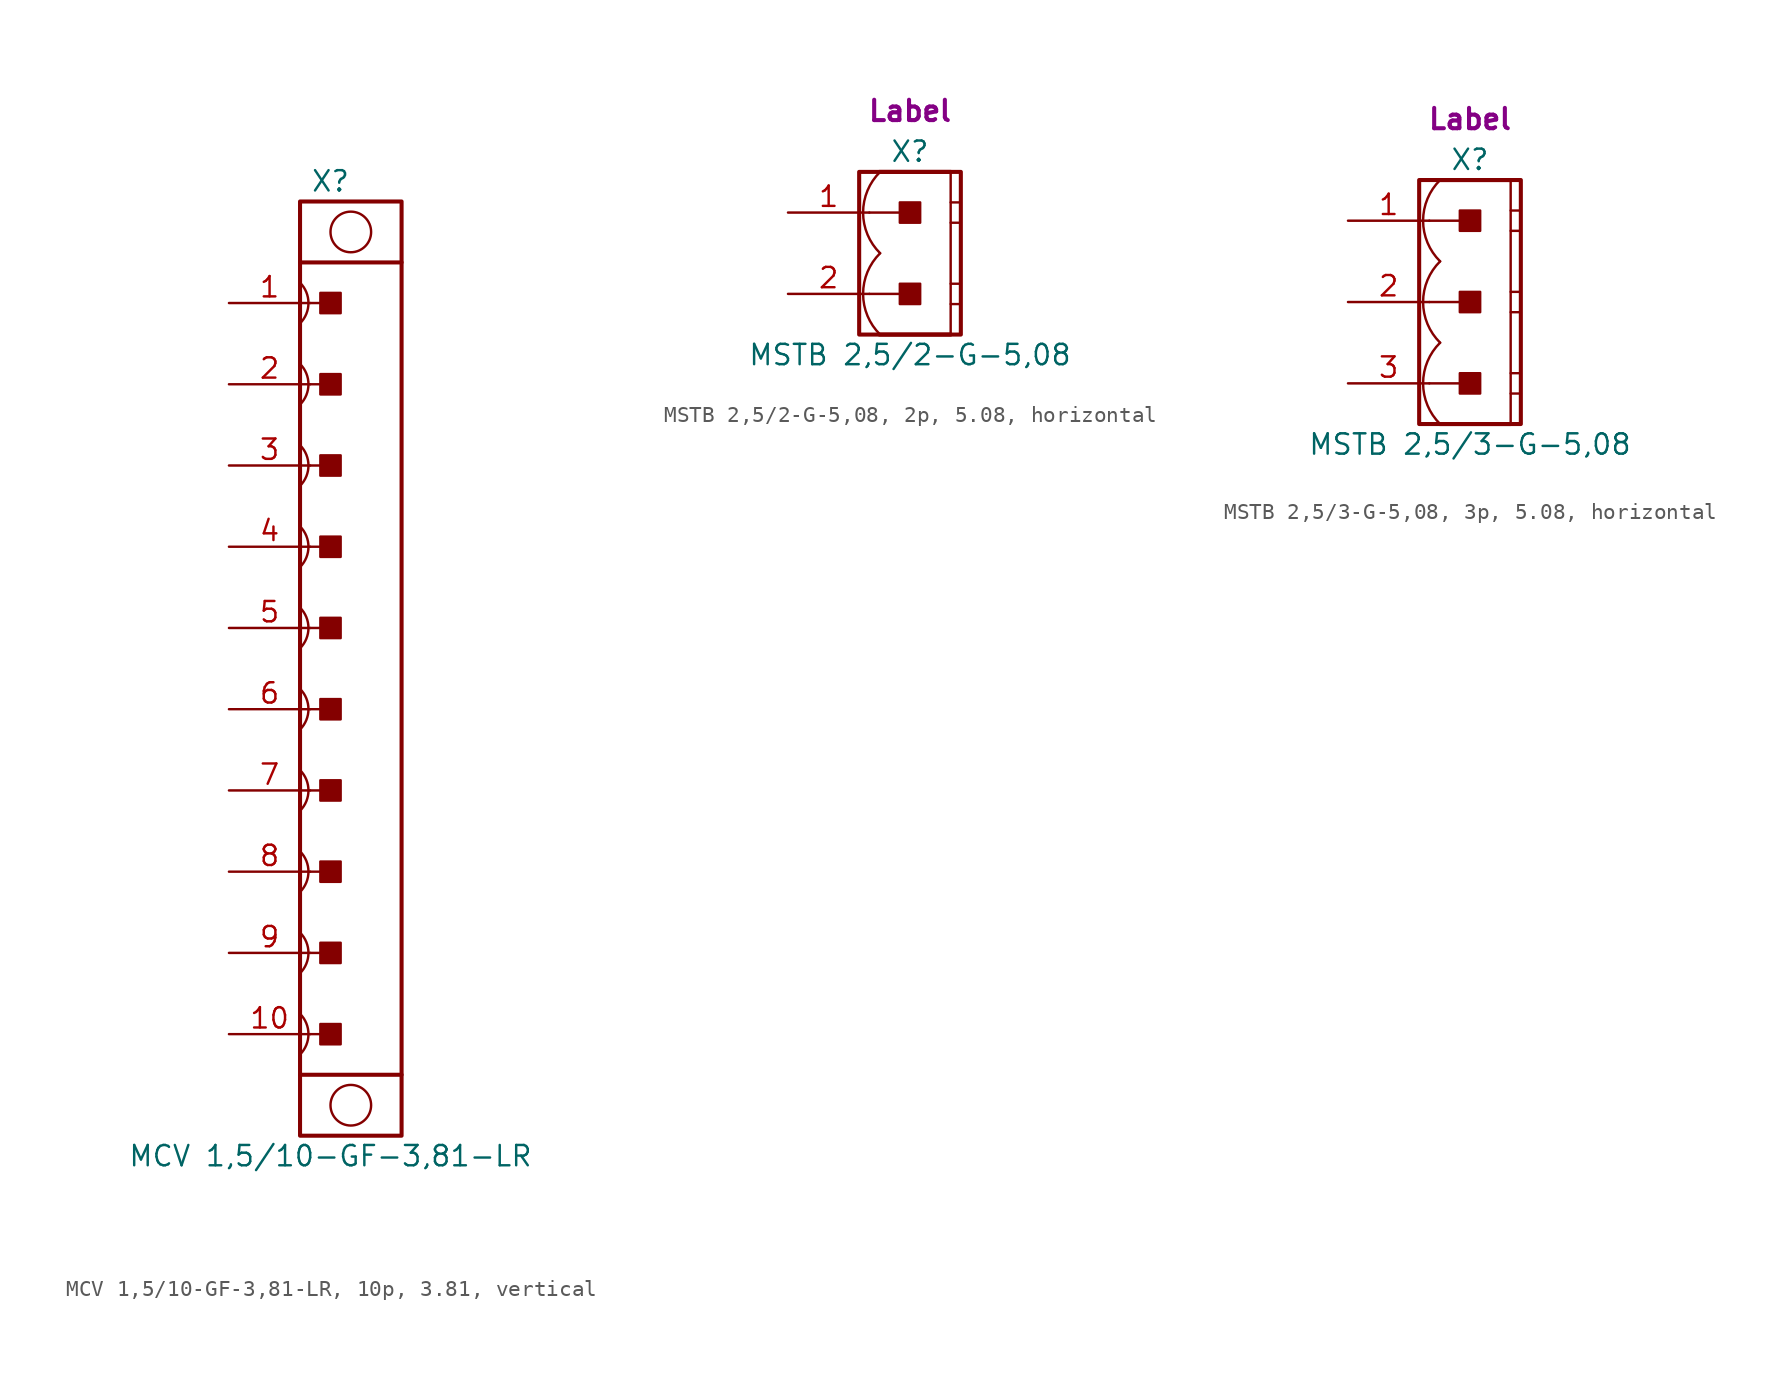
<source format=kicad_sym>
(kicad_symbol_lib
  (version 20241209)
  (generator "kicad_symbol_editor")
  (generator_version "9.0")
  (symbol "MCV 1,5/10-GF-3,81-LR, 10p, 3.81, vertical"
    (pin_names
      (offset 1.016)
      (hide yes))
    (property "Reference" "X"
      (at 1.27 30.48 0)
      (effects (font (size 1.27 1.27))))
    (property "Value" "MCV 1,5/10-GF-3,81-LR"
      (at 1.27 -30.48 0)
      (effects (font (size 1.27 1.27))))
    (property "Label" ""
      (at 0 0 0)
      (effects (font (size 1.27 1.27) (thickness 0.254) (bold yes))))
    (symbol "MCV 1,5/10-GF-3,81-LR, 10p, 3.81, vertical_1_0"
      (polyline (pts (xy 0 22.86) (xy 1.27 22.86)) (stroke (width 0.152) (type default)) (fill (type none)))
      (polyline (pts (xy 0 17.78) (xy 1.27 17.78)) (stroke (width 0.152) (type default)) (fill (type none)))
      (polyline (pts (xy 0 12.7) (xy 1.27 12.7)) (stroke (width 0.152) (type default)) (fill (type none)))
      (polyline (pts (xy 0 7.62) (xy 1.27 7.62)) (stroke (width 0.152) (type default)) (fill (type none)))
      (polyline (pts (xy 0 2.54) (xy 1.27 2.54)) (stroke (width 0.152) (type default)) (fill (type none)))
      (polyline (pts (xy 0 -2.54) (xy 1.27 -2.54)) (stroke (width 0.152) (type default)) (fill (type none)))
      (polyline (pts (xy 0 -7.62) (xy 1.27 -7.62)) (stroke (width 0.152) (type default)) (fill (type none)))
      (polyline (pts (xy 0 -12.7) (xy 1.27 -12.7)) (stroke (width 0.152) (type default)) (fill (type none)))
      (polyline (pts (xy 0 -17.78) (xy 1.27 -17.78)) (stroke (width 0.152) (type default)) (fill (type none)))
      (polyline (pts (xy 0 -22.86) (xy 1.27 -22.86)) (stroke (width 0.152) (type default)) (fill (type none))))
    (symbol "MCV 1,5/10-GF-3,81-LR, 10p, 3.81, vertical_1_1"
      (arc (start -0.635 24.13) (mid -0.1088 22.86) (end -0.6349 21.5899) (stroke (width 0.1524) (type default)) (fill (type none)))
      (arc (start -0.635 19.05) (mid -0.1088 17.78) (end -0.6349 16.5099) (stroke (width 0.1524) (type default)) (fill (type none)))
      (arc (start -0.635 13.97) (mid -0.1088 12.7) (end -0.6349 11.4299) (stroke (width 0.1524) (type default)) (fill (type none)))
      (arc (start -0.635 8.89) (mid -0.1088 7.62) (end -0.6349 6.3499) (stroke (width 0.1524) (type default)) (fill (type none)))
      (arc (start -0.635 3.81) (mid -0.1088 2.54) (end -0.6349 1.2699) (stroke (width 0.1524) (type default)) (fill (type none)))
      (arc (start -0.635 -1.27) (mid -0.1088 -2.54) (end -0.6349 -3.8101) (stroke (width 0.1524) (type default)) (fill (type none)))
      (arc (start -0.635 -6.35) (mid -0.1088 -7.62) (end -0.6349 -8.8901) (stroke (width 0.1524) (type default)) (fill (type none)))
      (arc (start -0.635 -11.43) (mid -0.1088 -12.7) (end -0.6349 -13.9701) (stroke (width 0.1524) (type default)) (fill (type none)))
      (arc (start -0.635 -16.51) (mid -0.1088 -17.78) (end -0.6349 -19.0501) (stroke (width 0.1524) (type default)) (fill (type none)))
      (arc (start -0.635 -21.59) (mid -0.1088 -22.86) (end -0.6349 -24.1301) (stroke (width 0.1524) (type default)) (fill (type none)))
      (rectangle (start -0.635 25.4) (end 5.715 -25.4) (stroke (width 0.254) (type default)) (fill (type none)))
      (polyline (pts (xy -0.635 25.4) (xy -0.635 29.21) (xy 5.715 29.21) (xy 5.715 25.4)) (stroke (width 0.254) (type default)) (fill (type none)))
      (polyline (pts (xy -0.635 -25.4) (xy -0.635 -29.21) (xy 5.715 -29.21) (xy 5.715 -25.4)) (stroke (width 0.254) (type default)) (fill (type none)))
      (rectangle (start 0.635 22.225) (end 1.905 23.495) (stroke (width 0.152) (type default)) (fill (type outline)))
      (rectangle (start 0.635 17.145) (end 1.905 18.415) (stroke (width 0.152) (type default)) (fill (type outline)))
      (rectangle (start 0.635 12.065) (end 1.905 13.335) (stroke (width 0.152) (type default)) (fill (type outline)))
      (rectangle (start 0.635 6.985) (end 1.905 8.255) (stroke (width 0.152) (type default)) (fill (type outline)))
      (rectangle (start 0.635 1.905) (end 1.905 3.175) (stroke (width 0.152) (type default)) (fill (type outline)))
      (rectangle (start 0.635 -3.175) (end 1.905 -1.905) (stroke (width 0.152) (type default)) (fill (type outline)))
      (rectangle (start 0.635 -8.255) (end 1.905 -6.985) (stroke (width 0.152) (type default)) (fill (type outline)))
      (rectangle (start 0.635 -13.335) (end 1.905 -12.065) (stroke (width 0.152) (type default)) (fill (type outline)))
      (rectangle (start 0.635 -18.415) (end 1.905 -17.145) (stroke (width 0.152) (type default)) (fill (type outline)))
      (rectangle (start 0.635 -23.495) (end 1.905 -22.225) (stroke (width 0.152) (type default)) (fill (type outline)))
      (circle (center 2.54 27.305) (radius 1.27) (stroke (width 0.152) (type default)) (fill (type none)))
      (circle (center 2.54 -27.305) (radius 1.27) (stroke (width 0.152) (type default)) (fill (type none)))
      (pin passive line (at -5.08 22.86 0) (length 5.08) (name "1" (effects (font (size 1.27 1.27)))) (number "1" (effects (font (size 1.27 1.27)))))
      (pin passive line (at -5.08 17.78 0) (length 5.08) (name "2" (effects (font (size 1.27 1.27)))) (number "2" (effects (font (size 1.27 1.27)))))
      (pin passive line (at -5.08 12.7 0) (length 5.08) (name "3" (effects (font (size 1.27 1.27)))) (number "3" (effects (font (size 1.27 1.27)))))
      (pin passive line (at -5.08 7.62 0) (length 5.08) (name "4" (effects (font (size 1.27 1.27)))) (number "4" (effects (font (size 1.27 1.27)))))
      (pin passive line (at -5.08 2.54 0) (length 5.08) (name "5" (effects (font (size 1.27 1.27)))) (number "5" (effects (font (size 1.27 1.27)))))
      (pin passive line (at -5.08 -2.54 0) (length 5.08) (name "6" (effects (font (size 1.27 1.27)))) (number "6" (effects (font (size 1.27 1.27)))))
      (pin passive line (at -5.08 -7.62 0) (length 5.08) (name "7" (effects (font (size 1.27 1.27)))) (number "7" (effects (font (size 1.27 1.27)))))
      (pin passive line (at -5.08 -12.7 0) (length 5.08) (name "8" (effects (font (size 1.27 1.27)))) (number "8" (effects (font (size 1.27 1.27)))))
      (pin passive line (at -5.08 -17.78 0) (length 5.08) (name "9" (effects (font (size 1.27 1.27)))) (number "9" (effects (font (size 1.27 1.27)))))
      (pin passive line (at -5.08 -22.86 0) (length 5.08) (name "10" (effects (font (size 1.27 1.27)))) (number "10" (effects (font (size 1.27 1.27)))))))
  (symbol "MSTB 2,5/2-G-5,08, 2p, 5.08, horizontal"
    (pin_names
      (offset 1.016)
      (hide yes))
    (property "Reference" "X"
      (at 0 6.35 0)
      (effects (font (size 1.27 1.27))))
    (property "Value" "MSTB 2,5/2-G-5,08"
      (at 0 -6.35 0)
      (effects (font (size 1.27 1.27))))
    (property "Label" "Label"
      (at 0 8.89 0)
      (effects (font (size 1.27 1.27) (thickness 0.254) (bold yes))))
    (symbol "MSTB 2,5/2-G-5,08, 2p, 5.08, horizontal_0_1"
      (polyline (pts (xy 2.54 5.08) (xy -1.905 5.08)) (stroke (width 0.254) (type default)) (fill (type none)))
      (polyline (pts (xy 2.54 5.08) (xy 2.54 -5.08)) (stroke (width 0.152) (type default)) (fill (type none)))
      (polyline (pts (xy 2.54 3.175) (xy 3.175 3.175)) (stroke (width 0.152) (type default)) (fill (type none)))
      (polyline (pts (xy 2.54 1.905) (xy 3.175 1.905)) (stroke (width 0.152) (type default)) (fill (type none)))
      (polyline (pts (xy 2.54 -1.905) (xy 3.175 -1.905)) (stroke (width 0.152) (type default)) (fill (type none)))
      (polyline (pts (xy 2.54 -3.175) (xy 3.175 -3.175)) (stroke (width 0.152) (type default)) (fill (type none)))
      (polyline (pts (xy 2.54 -5.08) (xy -1.905 -5.08)) (stroke (width 0.254) (type default)) (fill (type none))))
    (symbol "MSTB 2,5/2-G-5,08, 2p, 5.08, horizontal_1_0"
      (polyline (pts (xy -2.54 2.54) (xy 0 2.54)) (stroke (width 0.152) (type default)) (fill (type none)))
      (polyline (pts (xy -2.54 -2.54) (xy 0 -2.54)) (stroke (width 0.152) (type default)) (fill (type none))))
    (symbol "MSTB 2,5/2-G-5,08, 2p, 5.08, horizontal_1_1"
      (rectangle (start -3.175 5.08) (end 3.175 -5.08) (stroke (width 0.254) (type default)) (fill (type none)))
      (rectangle (start -0.635 1.905) (end 0.635 3.175) (stroke (width 0.152) (type default)) (fill (type outline)))
      (rectangle (start -0.635 -3.175) (end 0.635 -1.905) (stroke (width 0.152) (type default)) (fill (type outline)))
      (arc (start -1.8664 0) (mid -2.9299 2.54) (end -1.8664 5.08) (stroke (width 0.1524) (type default)) (fill (type none)))
      (arc (start -1.8664 -5.08) (mid -2.9299 -2.54) (end -1.8664 0) (stroke (width 0.1524) (type default)) (fill (type none)))
      (pin passive line (at -7.62 2.54 0) (length 5.08) (name "1" (effects (font (size 1.27 1.27)))) (number "1" (effects (font (size 1.27 1.27)))))
      (pin passive line (at -7.62 -2.54 0) (length 5.08) (name "2" (effects (font (size 1.27 1.27)))) (number "2" (effects (font (size 1.27 1.27)))))))
  (symbol "MSTB 2,5/3-G-5,08, 3p, 5.08, horizontal"
    (pin_names
      (offset 1.016)
      (hide yes))
    (property "Reference" "X"
      (at 0 8.89 0)
      (effects (font (size 1.27 1.27))))
    (property "Value" "MSTB 2,5/3-G-5,08"
      (at 0 -8.89 0)
      (effects (font (size 1.27 1.27))))
    (property "Label" "Label"
      (at 0 11.43 0)
      (effects (font (size 1.27 1.27) (thickness 0.254) (bold yes))))
    (symbol "MSTB 2,5/3-G-5,08, 3p, 5.08, horizontal_0_1"
      (polyline (pts (xy 2.54 7.62) (xy -1.905 7.62)) (stroke (width 0.254) (type default)) (fill (type none)))
      (polyline (pts (xy 2.54 7.62) (xy 2.54 -7.62)) (stroke (width 0.152) (type default)) (fill (type none)))
      (polyline (pts (xy 2.54 5.715) (xy 3.175 5.715)) (stroke (width 0.152) (type default)) (fill (type none)))
      (polyline (pts (xy 2.54 4.445) (xy 3.175 4.445)) (stroke (width 0.152) (type default)) (fill (type none)))
      (polyline (pts (xy 2.54 0.635) (xy 3.175 0.635)) (stroke (width 0.152) (type default)) (fill (type none)))
      (polyline (pts (xy 2.54 -0.635) (xy 3.175 -0.635)) (stroke (width 0.152) (type default)) (fill (type none)))
      (polyline (pts (xy 2.54 -4.445) (xy 3.175 -4.445)) (stroke (width 0.152) (type default)) (fill (type none)))
      (polyline (pts (xy 2.54 -5.715) (xy 3.175 -5.715)) (stroke (width 0.152) (type default)) (fill (type none)))
      (polyline (pts (xy 2.54 -7.62) (xy -1.905 -7.62)) (stroke (width 0.254) (type default)) (fill (type none))))
    (symbol "MSTB 2,5/3-G-5,08, 3p, 5.08, horizontal_1_0"
      (polyline (pts (xy -2.54 5.08) (xy 0 5.08)) (stroke (width 0.152) (type default)) (fill (type none)))
      (polyline (pts (xy -2.54 0) (xy 0 0)) (stroke (width 0.152) (type default)) (fill (type none)))
      (polyline (pts (xy -2.54 -5.08) (xy 0 -5.08)) (stroke (width 0.152) (type default)) (fill (type none))))
    (symbol "MSTB 2,5/3-G-5,08, 3p, 5.08, horizontal_1_1"
      (rectangle (start -3.175 7.62) (end 3.175 -7.62) (stroke (width 0.254) (type default)) (fill (type none)))
      (rectangle (start -0.635 4.445) (end 0.635 5.715) (stroke (width 0.152) (type default)) (fill (type outline)))
      (rectangle (start -0.635 -0.635) (end 0.635 0.635) (stroke (width 0.152) (type default)) (fill (type outline)))
      (rectangle (start -0.635 -5.715) (end 0.635 -4.445) (stroke (width 0.152) (type default)) (fill (type outline)))
      (arc (start -1.8664 2.54) (mid -2.9299 5.08) (end -1.8664 7.62) (stroke (width 0.1524) (type default)) (fill (type none)))
      (arc (start -1.8664 -2.54) (mid -2.9299 0) (end -1.8664 2.54) (stroke (width 0.1524) (type default)) (fill (type none)))
      (arc (start -1.8664 -7.62) (mid -2.9299 -5.08) (end -1.8664 -2.54) (stroke (width 0.1524) (type default)) (fill (type none)))
      (pin passive line (at -7.62 5.08 0) (length 5.08) (name "1" (effects (font (size 1.27 1.27)))) (number "1" (effects (font (size 1.27 1.27)))))
      (pin passive line (at -7.62 0 0) (length 5.08) (name "2" (effects (font (size 1.27 1.27)))) (number "2" (effects (font (size 1.27 1.27)))))
      (pin passive line (at -7.62 -5.08 0) (length 5.08) (name "3" (effects (font (size 1.27 1.27)))) (number "3" (effects (font (size 1.27 1.27))))))))
</source>
